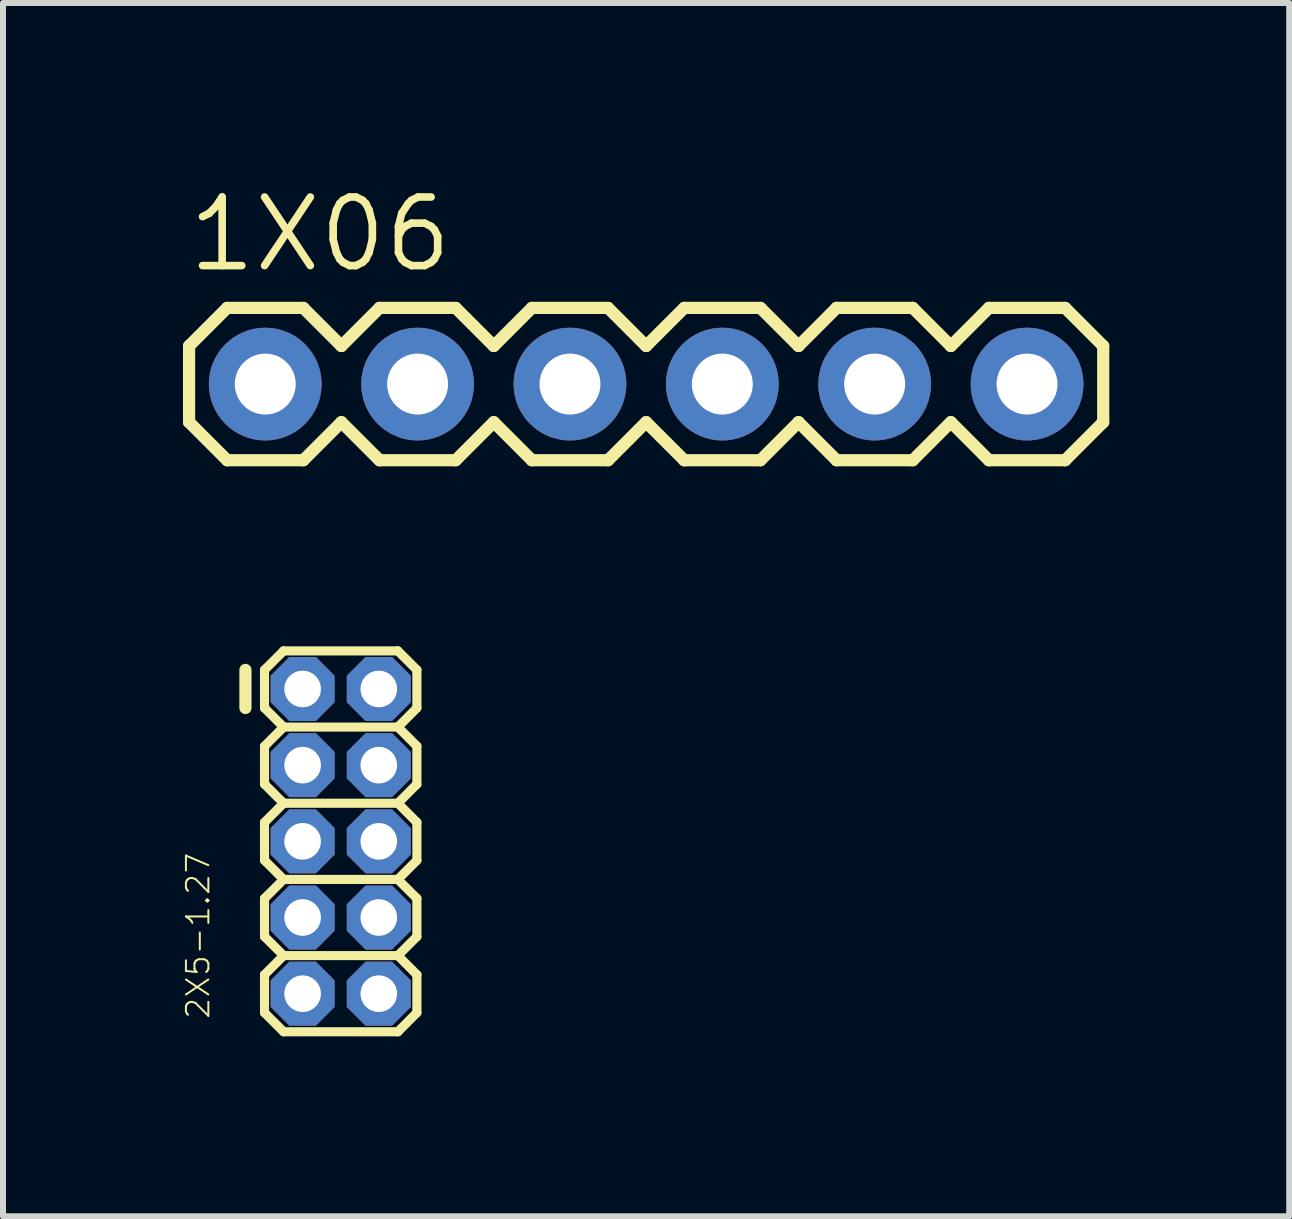
<source format=kicad_pcb>
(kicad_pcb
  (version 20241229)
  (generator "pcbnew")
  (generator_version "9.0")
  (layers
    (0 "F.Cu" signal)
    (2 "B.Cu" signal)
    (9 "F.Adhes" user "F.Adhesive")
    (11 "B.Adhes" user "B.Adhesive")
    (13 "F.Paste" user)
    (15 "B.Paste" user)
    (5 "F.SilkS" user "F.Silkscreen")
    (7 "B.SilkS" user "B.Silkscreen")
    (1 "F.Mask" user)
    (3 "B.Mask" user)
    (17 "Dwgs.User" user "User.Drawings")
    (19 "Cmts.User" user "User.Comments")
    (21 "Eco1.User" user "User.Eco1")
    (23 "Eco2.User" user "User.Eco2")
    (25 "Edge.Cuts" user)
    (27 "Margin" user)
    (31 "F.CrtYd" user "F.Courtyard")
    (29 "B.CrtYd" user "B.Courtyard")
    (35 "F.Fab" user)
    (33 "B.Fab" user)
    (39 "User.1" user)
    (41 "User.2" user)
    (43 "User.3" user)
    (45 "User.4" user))
  (footprint "1X06"
    (layer "F.Cu")
    (at 1.372 3.353)
    (property "Reference" "1X06" (at -1.346 -1.829 0) (layer "F.SilkS") (effects (font (size 1.143 1.143) (thickness 0.127)) (justify left bottom)))
    (fp_line (start -1.27 -0.635) (end -1.27 0.635) (stroke (width 0.203) (type solid)) (layer "F.SilkS"))
    (fp_line (start -1.27 0.635) (end -0.635 1.27) (stroke (width 0.203) (type solid)) (layer "F.SilkS"))
    (fp_line (start -0.635 -1.27) (end -1.27 -0.635) (stroke (width 0.203) (type solid)) (layer "F.SilkS"))
    (fp_line (start -0.635 -1.27) (end 0.635 -1.27) (stroke (width 0.203) (type solid)) (layer "F.SilkS"))
    (fp_line (start 0.635 -1.27) (end 1.27 -0.635) (stroke (width 0.203) (type solid)) (layer "F.SilkS"))
    (fp_line (start 0.635 1.27) (end -0.635 1.27) (stroke (width 0.203) (type solid)) (layer "F.SilkS"))
    (fp_line (start 1.27 -0.635) (end 1.905 -1.27) (stroke (width 0.203) (type solid)) (layer "F.SilkS"))
    (fp_line (start 1.27 0.635) (end 0.635 1.27) (stroke (width 0.203) (type solid)) (layer "F.SilkS"))
    (fp_line (start 1.905 -1.27) (end 3.175 -1.27) (stroke (width 0.203) (type solid)) (layer "F.SilkS"))
    (fp_line (start 1.905 1.27) (end 1.27 0.635) (stroke (width 0.203) (type solid)) (layer "F.SilkS"))
    (fp_line (start 3.175 -1.27) (end 3.81 -0.635) (stroke (width 0.203) (type solid)) (layer "F.SilkS"))
    (fp_line (start 3.175 1.27) (end 1.905 1.27) (stroke (width 0.203) (type solid)) (layer "F.SilkS"))
    (fp_line (start 3.81 -0.635) (end 4.445 -1.27) (stroke (width 0.203) (type solid)) (layer "F.SilkS"))
    (fp_line (start 3.81 0.635) (end 3.175 1.27) (stroke (width 0.203) (type solid)) (layer "F.SilkS"))
    (fp_line (start 4.445 -1.27) (end 5.715 -1.27) (stroke (width 0.203) (type solid)) (layer "F.SilkS"))
    (fp_line (start 4.445 1.27) (end 3.81 0.635) (stroke (width 0.203) (type solid)) (layer "F.SilkS"))
    (fp_line (start 5.715 -1.27) (end 6.35 -0.635) (stroke (width 0.203) (type solid)) (layer "F.SilkS"))
    (fp_line (start 5.715 1.27) (end 4.445 1.27) (stroke (width 0.203) (type solid)) (layer "F.SilkS"))
    (fp_line (start 6.35 0.635) (end 5.715 1.27) (stroke (width 0.203) (type solid)) (layer "F.SilkS"))
    (fp_line (start 6.35 0.635) (end 6.985 1.27) (stroke (width 0.203) (type solid)) (layer "F.SilkS"))
    (fp_line (start 6.985 -1.27) (end 6.35 -0.635) (stroke (width 0.203) (type solid)) (layer "F.SilkS"))
    (fp_line (start 6.985 -1.27) (end 8.255 -1.27) (stroke (width 0.203) (type solid)) (layer "F.SilkS"))
    (fp_line (start 8.255 -1.27) (end 8.89 -0.635) (stroke (width 0.203) (type solid)) (layer "F.SilkS"))
    (fp_line (start 8.255 1.27) (end 6.985 1.27) (stroke (width 0.203) (type solid)) (layer "F.SilkS"))
    (fp_line (start 8.89 -0.635) (end 9.525 -1.27) (stroke (width 0.203) (type solid)) (layer "F.SilkS"))
    (fp_line (start 8.89 0.635) (end 8.255 1.27) (stroke (width 0.203) (type solid)) (layer "F.SilkS"))
    (fp_line (start 9.525 -1.27) (end 10.795 -1.27) (stroke (width 0.203) (type solid)) (layer "F.SilkS"))
    (fp_line (start 9.525 1.27) (end 8.89 0.635) (stroke (width 0.203) (type solid)) (layer "F.SilkS"))
    (fp_line (start 10.795 -1.27) (end 11.43 -0.635) (stroke (width 0.203) (type solid)) (layer "F.SilkS"))
    (fp_line (start 10.795 1.27) (end 9.525 1.27) (stroke (width 0.203) (type solid)) (layer "F.SilkS"))
    (fp_line (start 11.43 -0.635) (end 12.065 -1.27) (stroke (width 0.203) (type solid)) (layer "F.SilkS"))
    (fp_line (start 11.43 0.635) (end 10.795 1.27) (stroke (width 0.203) (type solid)) (layer "F.SilkS"))
    (fp_line (start 12.065 -1.27) (end 13.335 -1.27) (stroke (width 0.203) (type solid)) (layer "F.SilkS"))
    (fp_line (start 12.065 1.27) (end 11.43 0.635) (stroke (width 0.203) (type solid)) (layer "F.SilkS"))
    (fp_line (start 13.335 -1.27) (end 13.97 -0.635) (stroke (width 0.203) (type solid)) (layer "F.SilkS"))
    (fp_line (start 13.335 1.27) (end 12.065 1.27) (stroke (width 0.203) (type solid)) (layer "F.SilkS"))
    (fp_line (start 13.97 -0.635) (end 13.97 0.635) (stroke (width 0.203) (type solid)) (layer "F.SilkS"))
    (fp_line (start 13.97 0.635) (end 13.335 1.27) (stroke (width 0.203) (type solid)) (layer "F.SilkS"))
    (fp_poly (pts (xy -0.254 0.254) (xy 0.254 0.254) (xy 0.254 -0.254) (xy -0.254 -0.254)) (stroke (width 0.1) (type solid)) (fill no) (layer "F.Fab"))
    (fp_poly (pts (xy 2.286 0.254) (xy 2.794 0.254) (xy 2.794 -0.254) (xy 2.286 -0.254)) (stroke (width 0.1) (type solid)) (fill no) (layer "F.Fab"))
    (fp_poly (pts (xy 4.826 0.254) (xy 5.334 0.254) (xy 5.334 -0.254) (xy 4.826 -0.254)) (stroke (width 0.1) (type solid)) (fill no) (layer "F.Fab"))
    (fp_poly (pts (xy 7.366 0.254) (xy 7.874 0.254) (xy 7.874 -0.254) (xy 7.366 -0.254)) (stroke (width 0.1) (type solid)) (fill no) (layer "F.Fab"))
    (fp_poly (pts (xy 9.906 0.254) (xy 10.414 0.254) (xy 10.414 -0.254) (xy 9.906 -0.254)) (stroke (width 0.1) (type solid)) (fill no) (layer "F.Fab"))
    (fp_poly (pts (xy 12.446 0.254) (xy 12.954 0.254) (xy 12.954 -0.254) (xy 12.446 -0.254)) (stroke (width 0.1) (type solid)) (fill no) (layer "F.Fab"))
    (pad "1" thru_hole circle (at 0 0 90) (size 1.88 1.88) (drill 1.016) (layers "*.Cu" "*.Mask"))
    (pad "2" thru_hole circle (at 2.54 0 90) (size 1.88 1.88) (drill 1.016) (layers "*.Cu" "*.Mask"))
    (pad "3" thru_hole circle (at 5.08 0 90) (size 1.88 1.88) (drill 1.016) (layers "*.Cu" "*.Mask"))
    (pad "4" thru_hole circle (at 7.62 0 90) (size 1.88 1.88) (drill 1.016) (layers "*.Cu" "*.Mask"))
    (pad "5" thru_hole circle (at 10.16 0 90) (size 1.88 1.88) (drill 1.016) (layers "*.Cu" "*.Mask"))
    (pad "6" thru_hole circle (at 12.7 0 90) (size 1.88 1.88) (drill 1.016) (layers "*.Cu" "*.Mask")))
  (footprint "2X5-1.27"
    (layer "F.Cu")
    (at 3.265 12.246)
    (property "Reference" "2X5-1.27" (at -2.794 1.714 90) (layer "F.SilkS") (effects (font (size 0.374 0.374) (thickness 0.033)) (justify left bottom)))
    (fp_line (start -2.223 -4.128) (end -2.223 -3.493) (stroke (width 0.203) (type solid)) (layer "F.SilkS"))
    (fp_line (start -1.905 -4.128) (end -1.905 -3.493) (stroke (width 0.152) (type solid)) (layer "F.SilkS"))
    (fp_line (start -1.905 -3.493) (end -1.587 -3.175) (stroke (width 0.152) (type solid)) (layer "F.SilkS"))
    (fp_line (start -1.905 -2.857) (end -1.905 -2.223) (stroke (width 0.152) (type solid)) (layer "F.SilkS"))
    (fp_line (start -1.905 -2.223) (end -1.587 -1.905) (stroke (width 0.152) (type solid)) (layer "F.SilkS"))
    (fp_line (start -1.905 -1.587) (end -1.905 -0.953) (stroke (width 0.152) (type solid)) (layer "F.SilkS"))
    (fp_line (start -1.905 -0.953) (end -1.587 -0.635) (stroke (width 0.152) (type solid)) (layer "F.SilkS"))
    (fp_line (start -1.905 -0.318) (end -1.905 0.318) (stroke (width 0.152) (type solid)) (layer "F.SilkS"))
    (fp_line (start -1.905 0.318) (end -1.587 0.635) (stroke (width 0.152) (type solid)) (layer "F.SilkS"))
    (fp_line (start -1.905 0.953) (end -1.905 1.587) (stroke (width 0.152) (type solid)) (layer "F.SilkS"))
    (fp_line (start -1.905 1.587) (end -1.587 1.905) (stroke (width 0.152) (type solid)) (layer "F.SilkS"))
    (fp_line (start -1.587 -4.445) (end -1.905 -4.128) (stroke (width 0.152) (type solid)) (layer "F.SilkS"))
    (fp_line (start -1.587 -4.445) (end 0.318 -4.445) (stroke (width 0.152) (type solid)) (layer "F.SilkS"))
    (fp_line (start -1.587 -3.175) (end -1.905 -2.857) (stroke (width 0.152) (type solid)) (layer "F.SilkS"))
    (fp_line (start -1.587 -1.905) (end -1.905 -1.587) (stroke (width 0.152) (type solid)) (layer "F.SilkS"))
    (fp_line (start -1.587 -0.635) (end -1.905 -0.318) (stroke (width 0.152) (type solid)) (layer "F.SilkS"))
    (fp_line (start -1.587 0.635) (end -1.905 0.953) (stroke (width 0.152) (type solid)) (layer "F.SilkS"))
    (fp_line (start 0.318 -4.445) (end 0.635 -4.128) (stroke (width 0.152) (type solid)) (layer "F.SilkS"))
    (fp_line (start 0.318 -3.175) (end -1.587 -3.175) (stroke (width 0.152) (type solid)) (layer "F.SilkS"))
    (fp_line (start 0.318 -3.175) (end 0.635 -2.857) (stroke (width 0.152) (type solid)) (layer "F.SilkS"))
    (fp_line (start 0.318 -1.905) (end -1.587 -1.905) (stroke (width 0.152) (type solid)) (layer "F.SilkS"))
    (fp_line (start 0.318 -1.905) (end 0.635 -1.587) (stroke (width 0.152) (type solid)) (layer "F.SilkS"))
    (fp_line (start 0.318 -0.635) (end -1.587 -0.635) (stroke (width 0.152) (type solid)) (layer "F.SilkS"))
    (fp_line (start 0.318 -0.635) (end 0.635 -0.318) (stroke (width 0.152) (type solid)) (layer "F.SilkS"))
    (fp_line (start 0.318 0.635) (end -1.587 0.635) (stroke (width 0.152) (type solid)) (layer "F.SilkS"))
    (fp_line (start 0.318 0.635) (end 0.635 0.953) (stroke (width 0.152) (type solid)) (layer "F.SilkS"))
    (fp_line (start 0.318 1.905) (end -1.587 1.905) (stroke (width 0.152) (type solid)) (layer "F.SilkS"))
    (fp_line (start 0.635 -4.128) (end 0.635 -3.493) (stroke (width 0.152) (type solid)) (layer "F.SilkS"))
    (fp_line (start 0.635 -3.493) (end 0.318 -3.175) (stroke (width 0.152) (type solid)) (layer "F.SilkS"))
    (fp_line (start 0.635 -2.857) (end 0.635 -2.223) (stroke (width 0.152) (type solid)) (layer "F.SilkS"))
    (fp_line (start 0.635 -2.223) (end 0.318 -1.905) (stroke (width 0.152) (type solid)) (layer "F.SilkS"))
    (fp_line (start 0.635 -1.587) (end 0.635 -0.953) (stroke (width 0.152) (type solid)) (layer "F.SilkS"))
    (fp_line (start 0.635 -0.953) (end 0.318 -0.635) (stroke (width 0.152) (type solid)) (layer "F.SilkS"))
    (fp_line (start 0.635 -0.318) (end 0.635 0.318) (stroke (width 0.152) (type solid)) (layer "F.SilkS"))
    (fp_line (start 0.635 0.318) (end 0.318 0.635) (stroke (width 0.152) (type solid)) (layer "F.SilkS"))
    (fp_line (start 0.635 0.953) (end 0.635 1.587) (stroke (width 0.152) (type solid)) (layer "F.SilkS"))
    (fp_line (start 0.635 1.587) (end 0.318 1.905) (stroke (width 0.152) (type solid)) (layer "F.SilkS"))
    (fp_poly (pts (xy -1.397 -3.683) (xy -1.143 -3.683) (xy -1.143 -3.937) (xy -1.397 -3.937)) (stroke (width 0.1) (type solid)) (fill no) (layer "F.Fab"))
    (fp_poly (pts (xy -1.397 -2.413) (xy -1.143 -2.413) (xy -1.143 -2.667) (xy -1.397 -2.667)) (stroke (width 0.1) (type solid)) (fill no) (layer "F.Fab"))
    (fp_poly (pts (xy -1.397 -1.143) (xy -1.143 -1.143) (xy -1.143 -1.397) (xy -1.397 -1.397)) (stroke (width 0.1) (type solid)) (fill no) (layer "F.Fab"))
    (fp_poly (pts (xy -1.397 0.127) (xy -1.143 0.127) (xy -1.143 -0.127) (xy -1.397 -0.127)) (stroke (width 0.1) (type solid)) (fill no) (layer "F.Fab"))
    (fp_poly (pts (xy -1.397 1.397) (xy -1.143 1.397) (xy -1.143 1.143) (xy -1.397 1.143)) (stroke (width 0.1) (type solid)) (fill no) (layer "F.Fab"))
    (fp_poly (pts (xy -0.127 -3.683) (xy 0.127 -3.683) (xy 0.127 -3.937) (xy -0.127 -3.937)) (stroke (width 0.1) (type solid)) (fill no) (layer "F.Fab"))
    (fp_poly (pts (xy -0.127 -2.413) (xy 0.127 -2.413) (xy 0.127 -2.667) (xy -0.127 -2.667)) (stroke (width 0.1) (type solid)) (fill no) (layer "F.Fab"))
    (fp_poly (pts (xy -0.127 -1.143) (xy 0.127 -1.143) (xy 0.127 -1.397) (xy -0.127 -1.397)) (stroke (width 0.1) (type solid)) (fill no) (layer "F.Fab"))
    (fp_poly (pts (xy -0.127 0.127) (xy 0.127 0.127) (xy 0.127 -0.127) (xy -0.127 -0.127)) (stroke (width 0.1) (type solid)) (fill no) (layer "F.Fab"))
    (fp_poly (pts (xy -0.127 1.397) (xy 0.127 1.397) (xy 0.127 1.143) (xy -0.127 1.143)) (stroke (width 0.1) (type solid)) (fill no) (layer "F.Fab"))
    (pad "1" thru_hole roundrect (at -1.27 -3.81 270) (size 1.067 1.067) (drill 0.61) (layers "*.Cu" "*.Mask") (roundrect_rratio 0.25) (chamfer_ratio 0.293) (chamfer top_left top_right bottom_left bottom_right))
    (pad "2" thru_hole roundrect (at 0 -3.81 270) (size 1.067 1.067) (drill 0.61) (layers "*.Cu" "*.Mask") (roundrect_rratio 0.25) (chamfer_ratio 0.293) (chamfer top_left top_right bottom_left bottom_right))
    (pad "3" thru_hole roundrect (at -1.27 -2.54 270) (size 1.067 1.067) (drill 0.61) (layers "*.Cu" "*.Mask") (roundrect_rratio 0.25) (chamfer_ratio 0.293) (chamfer top_left top_right bottom_left bottom_right))
    (pad "4" thru_hole roundrect (at 0 -2.54 270) (size 1.067 1.067) (drill 0.61) (layers "*.Cu" "*.Mask") (roundrect_rratio 0.25) (chamfer_ratio 0.293) (chamfer top_left top_right bottom_left bottom_right))
    (pad "5" thru_hole roundrect (at -1.27 -1.27 270) (size 1.067 1.067) (drill 0.61) (layers "*.Cu" "*.Mask") (roundrect_rratio 0.25) (chamfer_ratio 0.293) (chamfer top_left top_right bottom_left bottom_right))
    (pad "6" thru_hole roundrect (at 0 -1.27 270) (size 1.067 1.067) (drill 0.61) (layers "*.Cu" "*.Mask") (roundrect_rratio 0.25) (chamfer_ratio 0.293) (chamfer top_left top_right bottom_left bottom_right))
    (pad "7" thru_hole roundrect (at -1.27 0 270) (size 1.067 1.067) (drill 0.61) (layers "*.Cu" "*.Mask") (roundrect_rratio 0.25) (chamfer_ratio 0.293) (chamfer top_left top_right bottom_left bottom_right))
    (pad "8" thru_hole roundrect (at 0 0 270) (size 1.067 1.067) (drill 0.61) (layers "*.Cu" "*.Mask") (roundrect_rratio 0.25) (chamfer_ratio 0.293) (chamfer top_left top_right bottom_left bottom_right))
    (pad "9" thru_hole roundrect (at -1.27 1.27 270) (size 1.067 1.067) (drill 0.61) (layers "*.Cu" "*.Mask") (roundrect_rratio 0.25) (chamfer_ratio 0.293) (chamfer top_left top_right bottom_left bottom_right))
    (pad "10" thru_hole roundrect (at 0 1.27 270) (size 1.067 1.067) (drill 0.61) (layers "*.Cu" "*.Mask") (roundrect_rratio 0.25) (chamfer_ratio 0.293) (chamfer top_left top_right bottom_left bottom_right)))
  (gr_rect
    (start -3 -3)
    (end 18.443 17.227)
    (stroke (width 0.1) (type default))
    (fill no)
    (layer "Edge.Cuts")))
</source>
